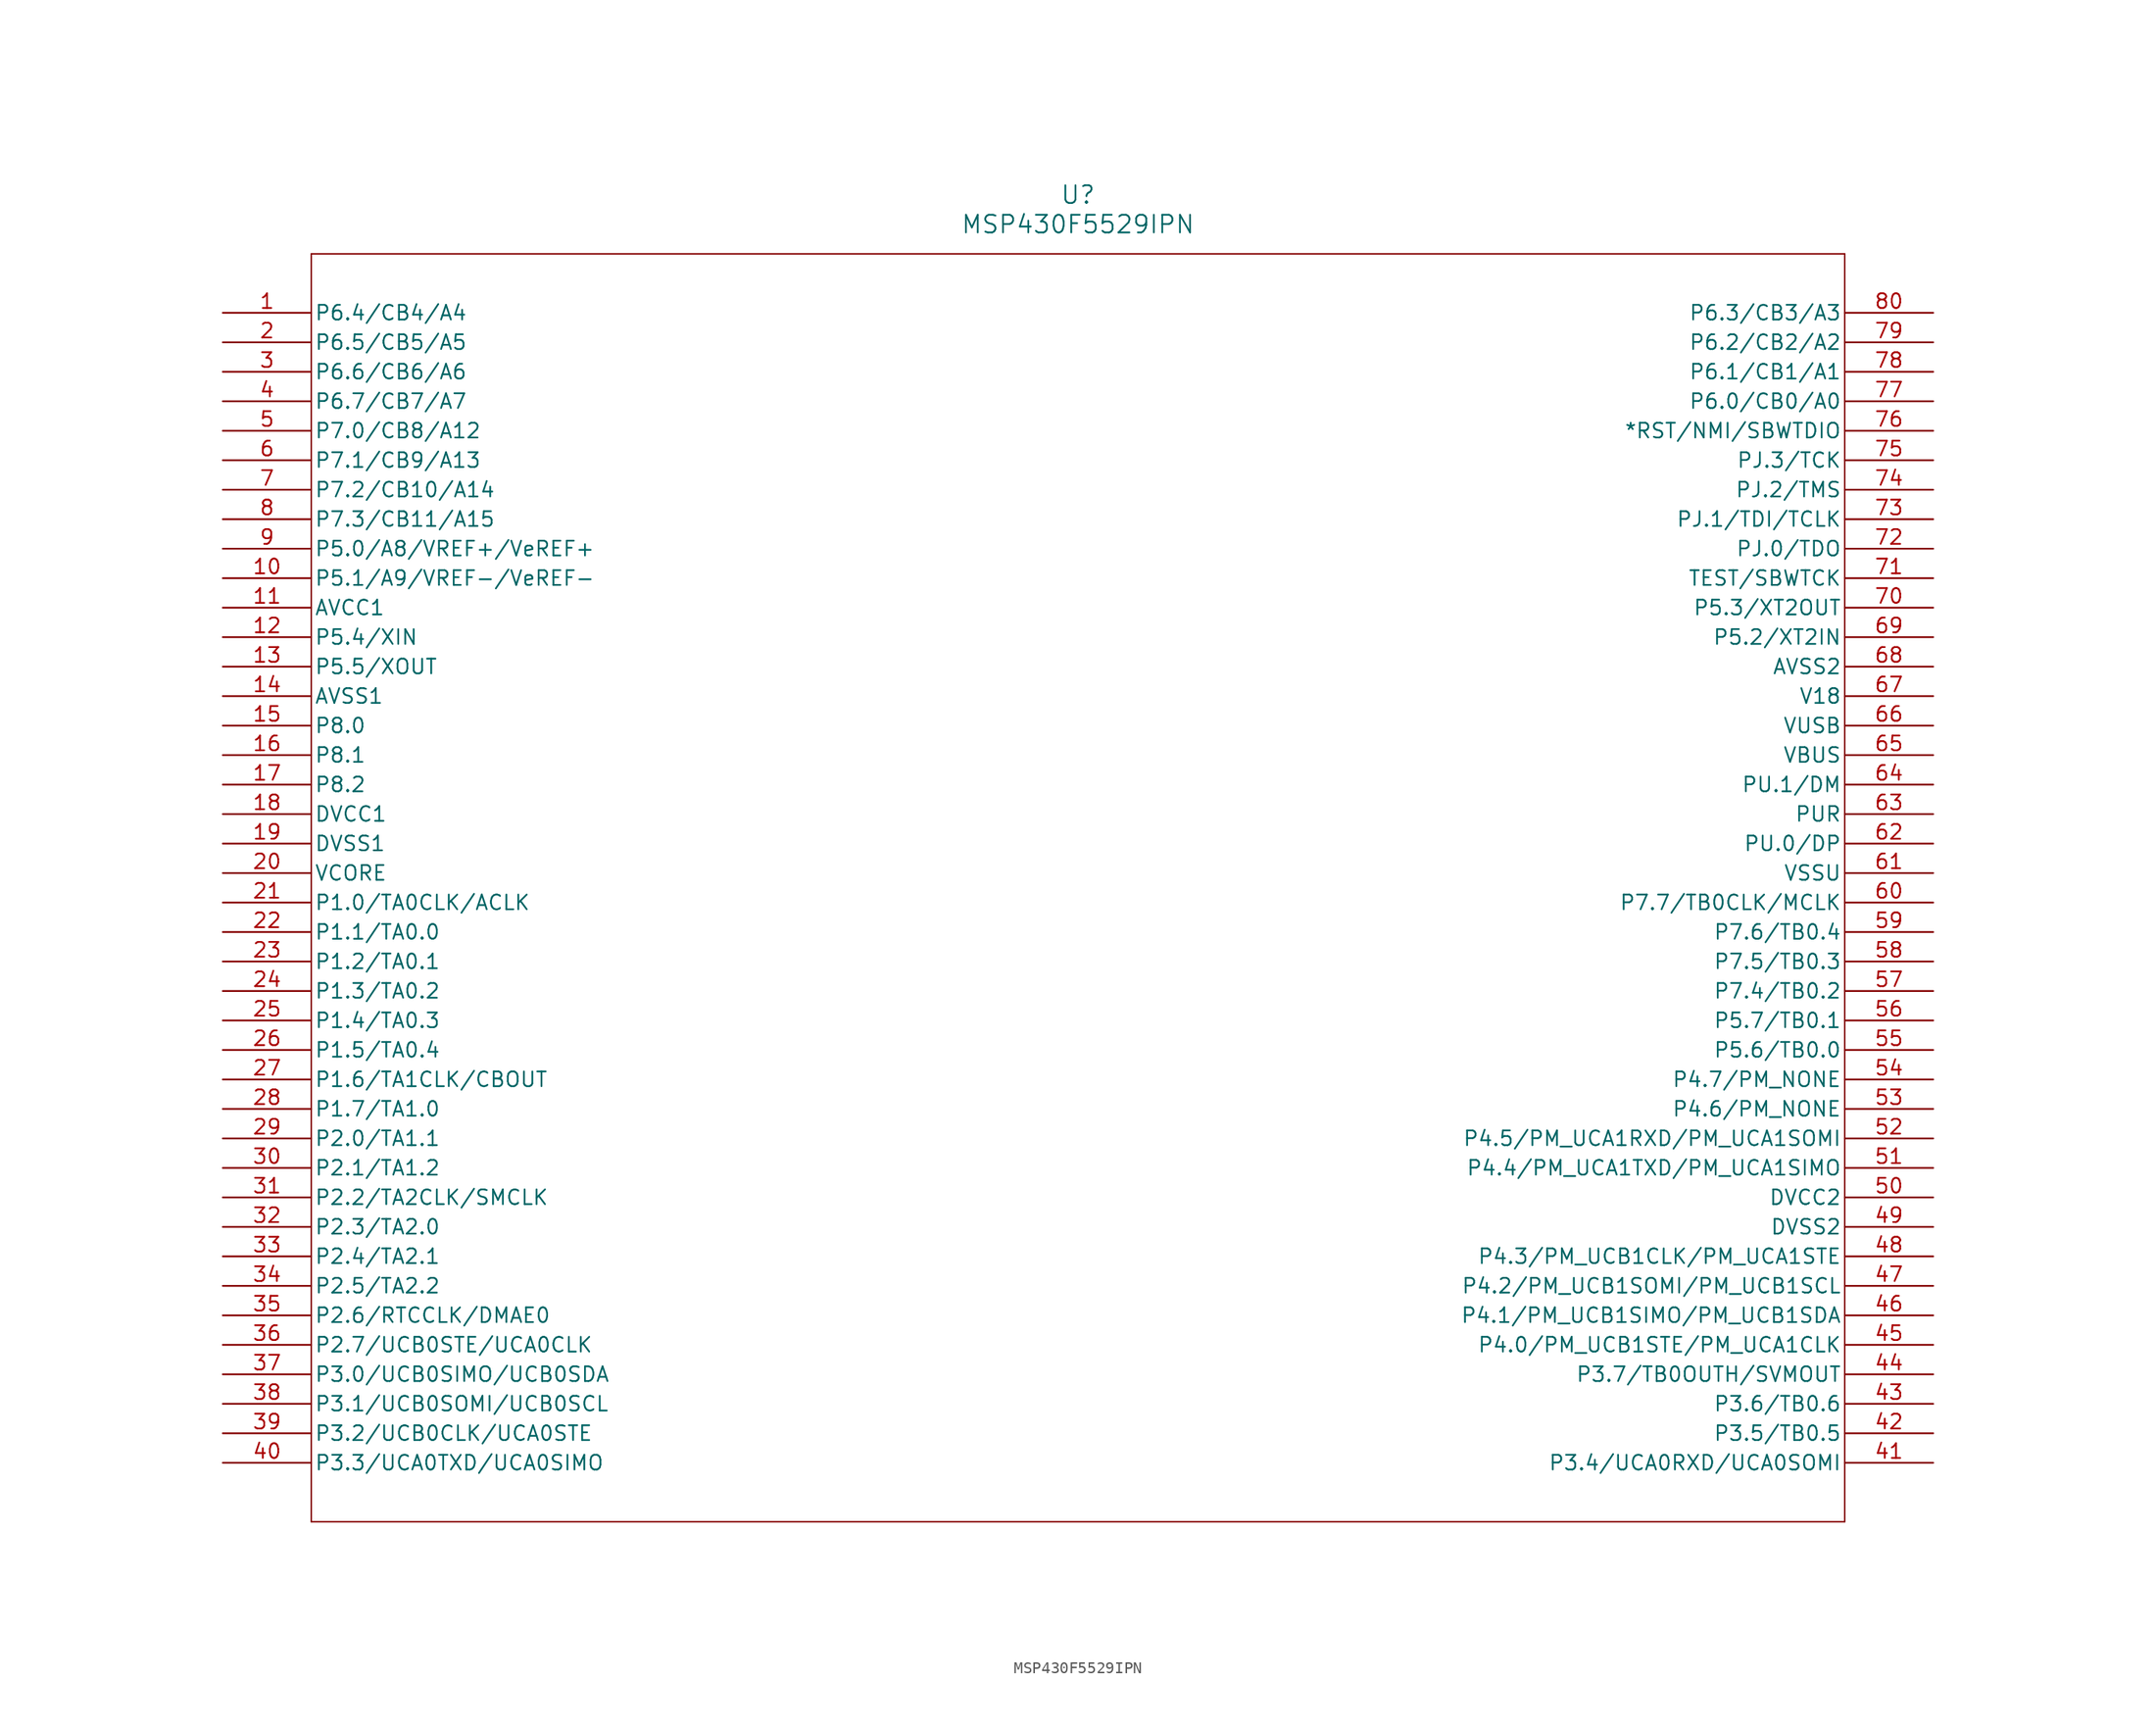
<source format=kicad_sym>
(kicad_symbol_lib
  (version 20231120)
  (generator "kicad_symbol_editor")
  (generator_version "8.0")
  (symbol "MSP430F5529IPN"
    (pin_names
      (offset 0.254))
    (property "Reference" "U"
      (at 73.66 10.16 0)
      (effects (font (size 1.524 1.524))))
    (property "Value" "MSP430F5529IPN"
      (at 73.66 7.62 0)
      (effects (font (size 1.524 1.524))))
    (property "ki_locked" ""
      (at 0 0 0)
      (effects (font (size 1.27 1.27))))
    (symbol "MSP430F5529IPN_0_1"
      (polyline (pts (xy 7.62 -104.14) (xy 139.7 -104.14)) (stroke (width 0.127) (type default)) (fill (type none)))
      (polyline (pts (xy 7.62 5.08) (xy 7.62 -104.14)) (stroke (width 0.127) (type default)) (fill (type none)))
      (polyline (pts (xy 139.7 -104.14) (xy 139.7 5.08)) (stroke (width 0.127) (type default)) (fill (type none)))
      (polyline (pts (xy 139.7 5.08) (xy 7.62 5.08)) (stroke (width 0.127) (type default)) (fill (type none)))
      (pin bidirectional line (at 0 0 0) (length 7.62) (name "P6.4/CB4/A4" (effects (font (size 1.27 1.27)))) (number "1" (effects (font (size 1.27 1.27)))))
      (pin bidirectional line (at 0 -22.86 0) (length 7.62) (name "P5.1/A9/VREF-/VeREF-" (effects (font (size 1.27 1.27)))) (number "10" (effects (font (size 1.27 1.27)))))
      (pin power_in line (at 0 -25.4 0) (length 7.62) (name "AVCC1" (effects (font (size 1.27 1.27)))) (number "11" (effects (font (size 1.27 1.27)))))
      (pin bidirectional line (at 0 -27.94 0) (length 7.62) (name "P5.4/XIN" (effects (font (size 1.27 1.27)))) (number "12" (effects (font (size 1.27 1.27)))))
      (pin bidirectional line (at 0 -30.48 0) (length 7.62) (name "P5.5/XOUT" (effects (font (size 1.27 1.27)))) (number "13" (effects (font (size 1.27 1.27)))))
      (pin power_in line (at 0 -33.02 0) (length 7.62) (name "AVSS1" (effects (font (size 1.27 1.27)))) (number "14" (effects (font (size 1.27 1.27)))))
      (pin bidirectional line (at 0 -35.56 0) (length 7.62) (name "P8.0" (effects (font (size 1.27 1.27)))) (number "15" (effects (font (size 1.27 1.27)))))
      (pin bidirectional line (at 0 -38.1 0) (length 7.62) (name "P8.1" (effects (font (size 1.27 1.27)))) (number "16" (effects (font (size 1.27 1.27)))))
      (pin bidirectional line (at 0 -40.64 0) (length 7.62) (name "P8.2" (effects (font (size 1.27 1.27)))) (number "17" (effects (font (size 1.27 1.27)))))
      (pin power_in line (at 0 -43.18 0) (length 7.62) (name "DVCC1" (effects (font (size 1.27 1.27)))) (number "18" (effects (font (size 1.27 1.27)))))
      (pin power_in line (at 0 -45.72 0) (length 7.62) (name "DVSS1" (effects (font (size 1.27 1.27)))) (number "19" (effects (font (size 1.27 1.27)))))
      (pin bidirectional line (at 0 -2.54 0) (length 7.62) (name "P6.5/CB5/A5" (effects (font (size 1.27 1.27)))) (number "2" (effects (font (size 1.27 1.27)))))
      (pin power_in line (at 0 -48.26 0) (length 7.62) (name "VCORE" (effects (font (size 1.27 1.27)))) (number "20" (effects (font (size 1.27 1.27)))))
      (pin bidirectional line (at 0 -50.8 0) (length 7.62) (name "P1.0/TA0CLK/ACLK" (effects (font (size 1.27 1.27)))) (number "21" (effects (font (size 1.27 1.27)))))
      (pin bidirectional line (at 0 -53.34 0) (length 7.62) (name "P1.1/TA0.0" (effects (font (size 1.27 1.27)))) (number "22" (effects (font (size 1.27 1.27)))))
      (pin bidirectional line (at 0 -55.88 0) (length 7.62) (name "P1.2/TA0.1" (effects (font (size 1.27 1.27)))) (number "23" (effects (font (size 1.27 1.27)))))
      (pin bidirectional line (at 0 -58.42 0) (length 7.62) (name "P1.3/TA0.2" (effects (font (size 1.27 1.27)))) (number "24" (effects (font (size 1.27 1.27)))))
      (pin bidirectional line (at 0 -60.96 0) (length 7.62) (name "P1.4/TA0.3" (effects (font (size 1.27 1.27)))) (number "25" (effects (font (size 1.27 1.27)))))
      (pin bidirectional line (at 0 -63.5 0) (length 7.62) (name "P1.5/TA0.4" (effects (font (size 1.27 1.27)))) (number "26" (effects (font (size 1.27 1.27)))))
      (pin bidirectional line (at 0 -66.04 0) (length 7.62) (name "P1.6/TA1CLK/CBOUT" (effects (font (size 1.27 1.27)))) (number "27" (effects (font (size 1.27 1.27)))))
      (pin bidirectional line (at 0 -68.58 0) (length 7.62) (name "P1.7/TA1.0" (effects (font (size 1.27 1.27)))) (number "28" (effects (font (size 1.27 1.27)))))
      (pin bidirectional line (at 0 -71.12 0) (length 7.62) (name "P2.0/TA1.1" (effects (font (size 1.27 1.27)))) (number "29" (effects (font (size 1.27 1.27)))))
      (pin bidirectional line (at 0 -5.08 0) (length 7.62) (name "P6.6/CB6/A6" (effects (font (size 1.27 1.27)))) (number "3" (effects (font (size 1.27 1.27)))))
      (pin bidirectional line (at 0 -73.66 0) (length 7.62) (name "P2.1/TA1.2" (effects (font (size 1.27 1.27)))) (number "30" (effects (font (size 1.27 1.27)))))
      (pin bidirectional line (at 0 -76.2 0) (length 7.62) (name "P2.2/TA2CLK/SMCLK" (effects (font (size 1.27 1.27)))) (number "31" (effects (font (size 1.27 1.27)))))
      (pin bidirectional line (at 0 -78.74 0) (length 7.62) (name "P2.3/TA2.0" (effects (font (size 1.27 1.27)))) (number "32" (effects (font (size 1.27 1.27)))))
      (pin bidirectional line (at 0 -81.28 0) (length 7.62) (name "P2.4/TA2.1" (effects (font (size 1.27 1.27)))) (number "33" (effects (font (size 1.27 1.27)))))
      (pin bidirectional line (at 0 -83.82 0) (length 7.62) (name "P2.5/TA2.2" (effects (font (size 1.27 1.27)))) (number "34" (effects (font (size 1.27 1.27)))))
      (pin bidirectional line (at 0 -86.36 0) (length 7.62) (name "P2.6/RTCCLK/DMAE0" (effects (font (size 1.27 1.27)))) (number "35" (effects (font (size 1.27 1.27)))))
      (pin bidirectional line (at 0 -88.9 0) (length 7.62) (name "P2.7/UCB0STE/UCA0CLK" (effects (font (size 1.27 1.27)))) (number "36" (effects (font (size 1.27 1.27)))))
      (pin bidirectional line (at 0 -91.44 0) (length 7.62) (name "P3.0/UCB0SIMO/UCB0SDA" (effects (font (size 1.27 1.27)))) (number "37" (effects (font (size 1.27 1.27)))))
      (pin bidirectional line (at 0 -93.98 0) (length 7.62) (name "P3.1/UCB0SOMI/UCB0SCL" (effects (font (size 1.27 1.27)))) (number "38" (effects (font (size 1.27 1.27)))))
      (pin bidirectional line (at 0 -96.52 0) (length 7.62) (name "P3.2/UCB0CLK/UCA0STE" (effects (font (size 1.27 1.27)))) (number "39" (effects (font (size 1.27 1.27)))))
      (pin bidirectional line (at 0 -7.62 0) (length 7.62) (name "P6.7/CB7/A7" (effects (font (size 1.27 1.27)))) (number "4" (effects (font (size 1.27 1.27)))))
      (pin bidirectional line (at 0 -99.06 0) (length 7.62) (name "P3.3/UCA0TXD/UCA0SIMO" (effects (font (size 1.27 1.27)))) (number "40" (effects (font (size 1.27 1.27)))))
      (pin bidirectional line (at 147.32 -99.06 180) (length 7.62) (name "P3.4/UCA0RXD/UCA0SOMI" (effects (font (size 1.27 1.27)))) (number "41" (effects (font (size 1.27 1.27)))))
      (pin bidirectional line (at 147.32 -96.52 180) (length 7.62) (name "P3.5/TB0.5" (effects (font (size 1.27 1.27)))) (number "42" (effects (font (size 1.27 1.27)))))
      (pin bidirectional line (at 147.32 -93.98 180) (length 7.62) (name "P3.6/TB0.6" (effects (font (size 1.27 1.27)))) (number "43" (effects (font (size 1.27 1.27)))))
      (pin bidirectional line (at 147.32 -91.44 180) (length 7.62) (name "P3.7/TB0OUTH/SVMOUT" (effects (font (size 1.27 1.27)))) (number "44" (effects (font (size 1.27 1.27)))))
      (pin bidirectional line (at 147.32 -88.9 180) (length 7.62) (name "P4.0/PM_UCB1STE/PM_UCA1CLK" (effects (font (size 1.27 1.27)))) (number "45" (effects (font (size 1.27 1.27)))))
      (pin bidirectional line (at 147.32 -86.36 180) (length 7.62) (name "P4.1/PM_UCB1SIMO/PM_UCB1SDA" (effects (font (size 1.27 1.27)))) (number "46" (effects (font (size 1.27 1.27)))))
      (pin bidirectional line (at 147.32 -83.82 180) (length 7.62) (name "P4.2/PM_UCB1SOMI/PM_UCB1SCL" (effects (font (size 1.27 1.27)))) (number "47" (effects (font (size 1.27 1.27)))))
      (pin bidirectional line (at 147.32 -81.28 180) (length 7.62) (name "P4.3/PM_UCB1CLK/PM_UCA1STE" (effects (font (size 1.27 1.27)))) (number "48" (effects (font (size 1.27 1.27)))))
      (pin power_in line (at 147.32 -78.74 180) (length 7.62) (name "DVSS2" (effects (font (size 1.27 1.27)))) (number "49" (effects (font (size 1.27 1.27)))))
      (pin bidirectional line (at 0 -10.16 0) (length 7.62) (name "P7.0/CB8/A12" (effects (font (size 1.27 1.27)))) (number "5" (effects (font (size 1.27 1.27)))))
      (pin power_in line (at 147.32 -76.2 180) (length 7.62) (name "DVCC2" (effects (font (size 1.27 1.27)))) (number "50" (effects (font (size 1.27 1.27)))))
      (pin bidirectional line (at 147.32 -73.66 180) (length 7.62) (name "P4.4/PM_UCA1TXD/PM_UCA1SIMO" (effects (font (size 1.27 1.27)))) (number "51" (effects (font (size 1.27 1.27)))))
      (pin bidirectional line (at 147.32 -71.12 180) (length 7.62) (name "P4.5/PM_UCA1RXD/PM_UCA1SOMI" (effects (font (size 1.27 1.27)))) (number "52" (effects (font (size 1.27 1.27)))))
      (pin bidirectional line (at 147.32 -68.58 180) (length 7.62) (name "P4.6/PM_NONE" (effects (font (size 1.27 1.27)))) (number "53" (effects (font (size 1.27 1.27)))))
      (pin bidirectional line (at 147.32 -66.04 180) (length 7.62) (name "P4.7/PM_NONE" (effects (font (size 1.27 1.27)))) (number "54" (effects (font (size 1.27 1.27)))))
      (pin bidirectional line (at 147.32 -63.5 180) (length 7.62) (name "P5.6/TB0.0" (effects (font (size 1.27 1.27)))) (number "55" (effects (font (size 1.27 1.27)))))
      (pin bidirectional line (at 147.32 -60.96 180) (length 7.62) (name "P5.7/TB0.1" (effects (font (size 1.27 1.27)))) (number "56" (effects (font (size 1.27 1.27)))))
      (pin bidirectional line (at 147.32 -58.42 180) (length 7.62) (name "P7.4/TB0.2" (effects (font (size 1.27 1.27)))) (number "57" (effects (font (size 1.27 1.27)))))
      (pin bidirectional line (at 147.32 -55.88 180) (length 7.62) (name "P7.5/TB0.3" (effects (font (size 1.27 1.27)))) (number "58" (effects (font (size 1.27 1.27)))))
      (pin bidirectional line (at 147.32 -53.34 180) (length 7.62) (name "P7.6/TB0.4" (effects (font (size 1.27 1.27)))) (number "59" (effects (font (size 1.27 1.27)))))
      (pin bidirectional line (at 0 -12.7 0) (length 7.62) (name "P7.1/CB9/A13" (effects (font (size 1.27 1.27)))) (number "6" (effects (font (size 1.27 1.27)))))
      (pin bidirectional line (at 147.32 -50.8 180) (length 7.62) (name "P7.7/TB0CLK/MCLK" (effects (font (size 1.27 1.27)))) (number "60" (effects (font (size 1.27 1.27)))))
      (pin power_in line (at 147.32 -48.26 180) (length 7.62) (name "VSSU" (effects (font (size 1.27 1.27)))) (number "61" (effects (font (size 1.27 1.27)))))
      (pin bidirectional line (at 147.32 -45.72 180) (length 7.62) (name "PU.0/DP" (effects (font (size 1.27 1.27)))) (number "62" (effects (font (size 1.27 1.27)))))
      (pin bidirectional line (at 147.32 -43.18 180) (length 7.62) (name "PUR" (effects (font (size 1.27 1.27)))) (number "63" (effects (font (size 1.27 1.27)))))
      (pin bidirectional line (at 147.32 -40.64 180) (length 7.62) (name "PU.1/DM" (effects (font (size 1.27 1.27)))) (number "64" (effects (font (size 1.27 1.27)))))
      (pin power_in line (at 147.32 -38.1 180) (length 7.62) (name "VBUS" (effects (font (size 1.27 1.27)))) (number "65" (effects (font (size 1.27 1.27)))))
      (pin power_in line (at 147.32 -35.56 180) (length 7.62) (name "VUSB" (effects (font (size 1.27 1.27)))) (number "66" (effects (font (size 1.27 1.27)))))
      (pin power_in line (at 147.32 -33.02 180) (length 7.62) (name "V18" (effects (font (size 1.27 1.27)))) (number "67" (effects (font (size 1.27 1.27)))))
      (pin power_in line (at 147.32 -30.48 180) (length 7.62) (name "AVSS2" (effects (font (size 1.27 1.27)))) (number "68" (effects (font (size 1.27 1.27)))))
      (pin bidirectional line (at 147.32 -27.94 180) (length 7.62) (name "P5.2/XT2IN" (effects (font (size 1.27 1.27)))) (number "69" (effects (font (size 1.27 1.27)))))
      (pin bidirectional line (at 0 -15.24 0) (length 7.62) (name "P7.2/CB10/A14" (effects (font (size 1.27 1.27)))) (number "7" (effects (font (size 1.27 1.27)))))
      (pin bidirectional line (at 147.32 -25.4 180) (length 7.62) (name "P5.3/XT2OUT" (effects (font (size 1.27 1.27)))) (number "70" (effects (font (size 1.27 1.27)))))
      (pin bidirectional line (at 147.32 -22.86 180) (length 7.62) (name "TEST/SBWTCK" (effects (font (size 1.27 1.27)))) (number "71" (effects (font (size 1.27 1.27)))))
      (pin bidirectional line (at 147.32 -20.32 180) (length 7.62) (name "PJ.0/TDO" (effects (font (size 1.27 1.27)))) (number "72" (effects (font (size 1.27 1.27)))))
      (pin bidirectional line (at 147.32 -17.78 180) (length 7.62) (name "PJ.1/TDI/TCLK" (effects (font (size 1.27 1.27)))) (number "73" (effects (font (size 1.27 1.27)))))
      (pin bidirectional line (at 147.32 -15.24 180) (length 7.62) (name "PJ.2/TMS" (effects (font (size 1.27 1.27)))) (number "74" (effects (font (size 1.27 1.27)))))
      (pin bidirectional line (at 147.32 -12.7 180) (length 7.62) (name "PJ.3/TCK" (effects (font (size 1.27 1.27)))) (number "75" (effects (font (size 1.27 1.27)))))
      (pin bidirectional line (at 147.32 -10.16 180) (length 7.62) (name "*RST/NMI/SBWTDIO" (effects (font (size 1.27 1.27)))) (number "76" (effects (font (size 1.27 1.27)))))
      (pin bidirectional line (at 147.32 -7.62 180) (length 7.62) (name "P6.0/CB0/A0" (effects (font (size 1.27 1.27)))) (number "77" (effects (font (size 1.27 1.27)))))
      (pin bidirectional line (at 147.32 -5.08 180) (length 7.62) (name "P6.1/CB1/A1" (effects (font (size 1.27 1.27)))) (number "78" (effects (font (size 1.27 1.27)))))
      (pin bidirectional line (at 147.32 -2.54 180) (length 7.62) (name "P6.2/CB2/A2" (effects (font (size 1.27 1.27)))) (number "79" (effects (font (size 1.27 1.27)))))
      (pin bidirectional line (at 0 -17.78 0) (length 7.62) (name "P7.3/CB11/A15" (effects (font (size 1.27 1.27)))) (number "8" (effects (font (size 1.27 1.27)))))
      (pin bidirectional line (at 147.32 0 180) (length 7.62) (name "P6.3/CB3/A3" (effects (font (size 1.27 1.27)))) (number "80" (effects (font (size 1.27 1.27)))))
      (pin bidirectional line (at 0 -20.32 0) (length 7.62) (name "P5.0/A8/VREF+/VeREF+" (effects (font (size 1.27 1.27)))) (number "9" (effects (font (size 1.27 1.27))))))))
</source>
